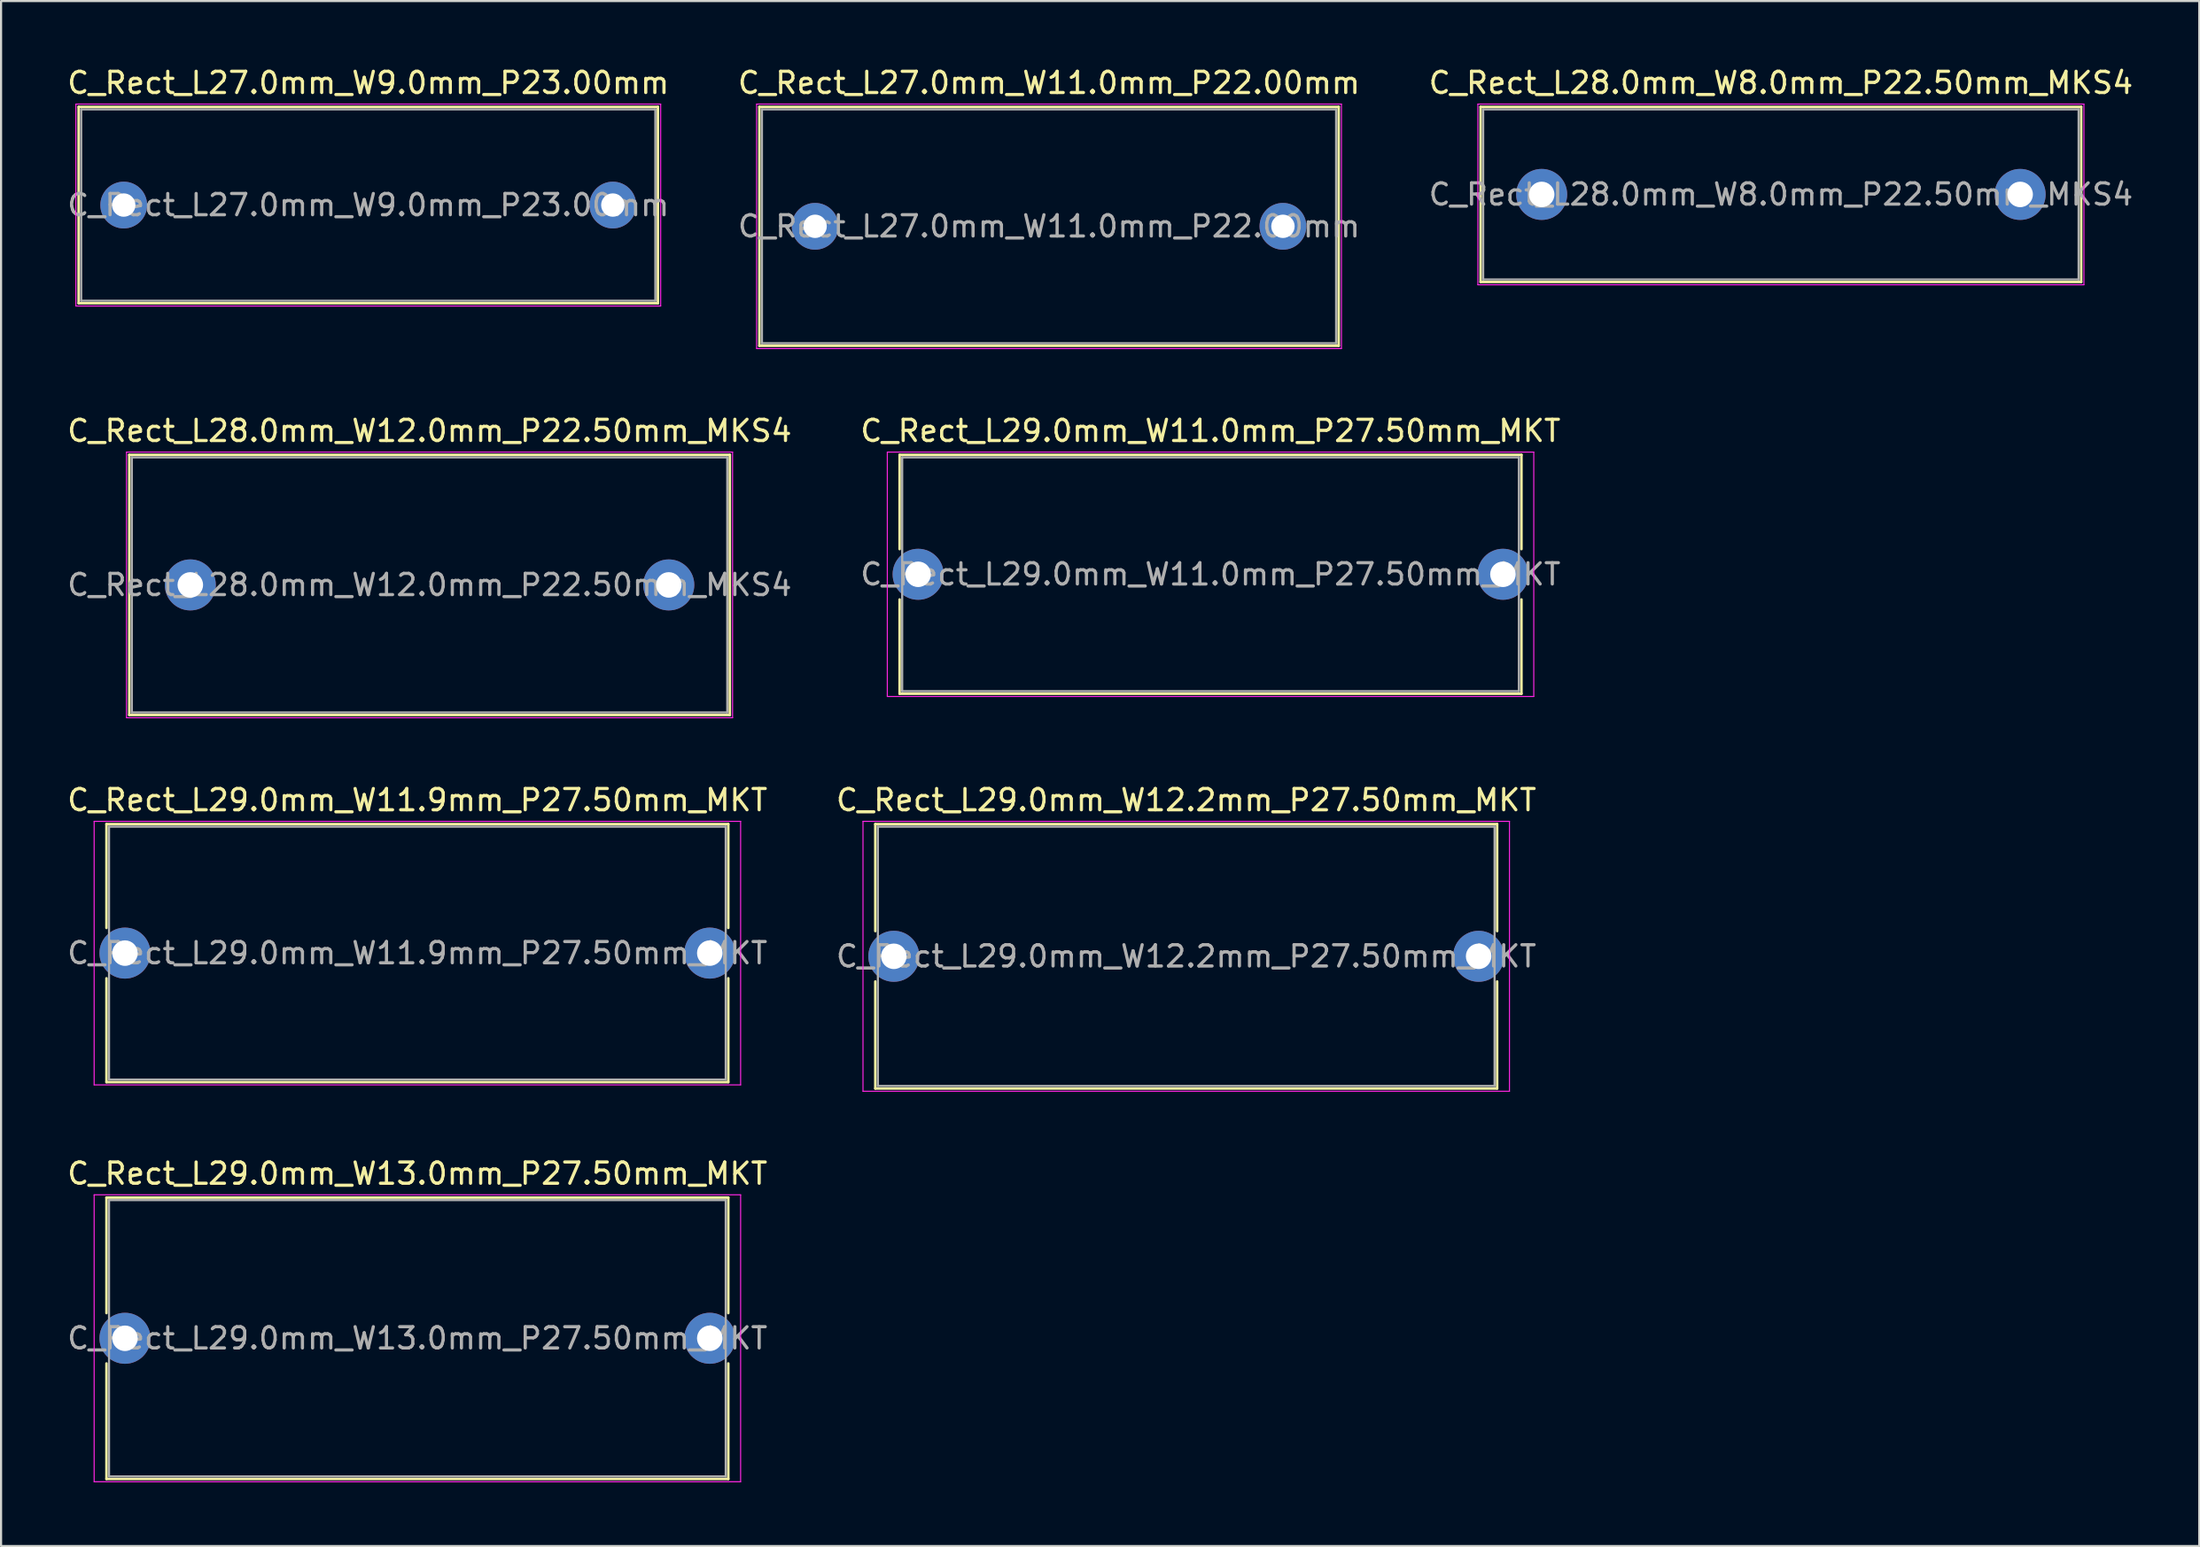
<source format=kicad_pcb>
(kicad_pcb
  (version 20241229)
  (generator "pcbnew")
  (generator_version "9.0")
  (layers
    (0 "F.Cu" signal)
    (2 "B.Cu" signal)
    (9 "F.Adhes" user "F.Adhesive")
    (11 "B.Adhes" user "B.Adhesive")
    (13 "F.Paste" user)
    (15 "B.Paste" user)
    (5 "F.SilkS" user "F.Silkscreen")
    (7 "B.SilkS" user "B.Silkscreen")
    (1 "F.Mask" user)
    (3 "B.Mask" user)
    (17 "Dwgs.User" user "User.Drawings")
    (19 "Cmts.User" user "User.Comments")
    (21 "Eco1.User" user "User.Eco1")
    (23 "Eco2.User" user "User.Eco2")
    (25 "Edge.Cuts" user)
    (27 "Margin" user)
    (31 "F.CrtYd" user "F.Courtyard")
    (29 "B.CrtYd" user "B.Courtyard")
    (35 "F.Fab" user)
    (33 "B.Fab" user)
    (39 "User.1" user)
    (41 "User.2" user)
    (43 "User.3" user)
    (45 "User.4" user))
  (footprint "C_Rect_L28.0mm_W8.0mm_P22.50mm_MKS4"
    (layer "F.Cu")
    (at 69.446 6.098)
    (property "Reference" "C_Rect_L28.0mm_W8.0mm_P22.50mm_MKS4" (at 11.25 -5.25 0) (layer "F.SilkS") (effects (font (size 1 1) (thickness 0.15))))
    (attr through_hole)
    (fp_line (start -2.87 -4.12) (end -2.87 4.12) (stroke (width 0.12) (type solid)) (layer "F.SilkS"))
    (fp_line (start -2.87 -4.12) (end 25.37 -4.12) (stroke (width 0.12) (type solid)) (layer "F.SilkS"))
    (fp_line (start -2.87 4.12) (end 25.37 4.12) (stroke (width 0.12) (type solid)) (layer "F.SilkS"))
    (fp_line (start 25.37 -4.12) (end 25.37 4.12) (stroke (width 0.12) (type solid)) (layer "F.SilkS"))
    (fp_line (start -3 -4.25) (end -3 4.25) (stroke (width 0.05) (type solid)) (layer "F.CrtYd"))
    (fp_line (start -3 4.25) (end 25.5 4.25) (stroke (width 0.05) (type solid)) (layer "F.CrtYd"))
    (fp_line (start 25.5 -4.25) (end -3 -4.25) (stroke (width 0.05) (type solid)) (layer "F.CrtYd"))
    (fp_line (start 25.5 4.25) (end 25.5 -4.25) (stroke (width 0.05) (type solid)) (layer "F.CrtYd"))
    (fp_line (start -2.75 -4) (end -2.75 4) (stroke (width 0.1) (type solid)) (layer "F.Fab"))
    (fp_line (start -2.75 4) (end 25.25 4) (stroke (width 0.1) (type solid)) (layer "F.Fab"))
    (fp_line (start 25.25 -4) (end -2.75 -4) (stroke (width 0.1) (type solid)) (layer "F.Fab"))
    (fp_line (start 25.25 4) (end 25.25 -4) (stroke (width 0.1) (type solid)) (layer "F.Fab"))
    (fp_text user "${REFERENCE}" (at 11.25 0 0) (layer "F.Fab") (effects (font (size 1 1) (thickness 0.15))))
    (pad "1" thru_hole circle (at 0 0) (size 2.4 2.4) (drill 1.2) (layers "*.Cu" "*.Mask"))
    (pad "2" thru_hole circle (at 22.5 0) (size 2.4 2.4) (drill 1.2) (layers "*.Cu" "*.Mask")))
  (footprint "C_Rect_L29.0mm_W12.2mm_P27.50mm_MKT"
    (layer "F.Cu")
    (at 38.982 41.945)
    (property "Reference" "C_Rect_L29.0mm_W12.2mm_P27.50mm_MKT" (at 13.75 -7.35 0) (layer "F.SilkS") (effects (font (size 1 1) (thickness 0.15))))
    (attr through_hole)
    (fp_line (start -0.87 -6.22) (end -0.87 -1.185) (stroke (width 0.12) (type solid)) (layer "F.SilkS"))
    (fp_line (start -0.87 -6.22) (end 28.37 -6.22) (stroke (width 0.12) (type solid)) (layer "F.SilkS"))
    (fp_line (start -0.87 1.185) (end -0.87 6.22) (stroke (width 0.12) (type solid)) (layer "F.SilkS"))
    (fp_line (start -0.87 6.22) (end 28.37 6.22) (stroke (width 0.12) (type solid)) (layer "F.SilkS"))
    (fp_line (start 28.37 -6.22) (end 28.37 -1.185) (stroke (width 0.12) (type solid)) (layer "F.SilkS"))
    (fp_line (start 28.37 1.185) (end 28.37 6.22) (stroke (width 0.12) (type solid)) (layer "F.SilkS"))
    (fp_line (start -1.45 -6.35) (end -1.45 6.35) (stroke (width 0.05) (type solid)) (layer "F.CrtYd"))
    (fp_line (start -1.45 6.35) (end 28.95 6.35) (stroke (width 0.05) (type solid)) (layer "F.CrtYd"))
    (fp_line (start 28.95 -6.35) (end -1.45 -6.35) (stroke (width 0.05) (type solid)) (layer "F.CrtYd"))
    (fp_line (start 28.95 6.35) (end 28.95 -6.35) (stroke (width 0.05) (type solid)) (layer "F.CrtYd"))
    (fp_line (start -0.75 -6.1) (end -0.75 6.1) (stroke (width 0.1) (type solid)) (layer "F.Fab"))
    (fp_line (start -0.75 6.1) (end 28.25 6.1) (stroke (width 0.1) (type solid)) (layer "F.Fab"))
    (fp_line (start 28.25 -6.1) (end -0.75 -6.1) (stroke (width 0.1) (type solid)) (layer "F.Fab"))
    (fp_line (start 28.25 6.1) (end 28.25 -6.1) (stroke (width 0.1) (type solid)) (layer "F.Fab"))
    (fp_text user "${REFERENCE}" (at 13.75 0 0) (layer "F.Fab") (effects (font (size 1 1) (thickness 0.15))))
    (pad "1" thru_hole circle (at 0 0) (size 2.4 2.4) (drill 1.2) (layers "*.Cu" "*.Mask"))
    (pad "2" thru_hole circle (at 27.5 0) (size 2.4 2.4) (drill 1.2) (layers "*.Cu" "*.Mask")))
  (footprint "C_Rect_L29.0mm_W13.0mm_P27.50mm_MKT"
    (layer "F.Cu")
    (at 2.827 59.918)
    (property "Reference" "C_Rect_L29.0mm_W13.0mm_P27.50mm_MKT" (at 13.75 -7.75 0) (layer "F.SilkS") (effects (font (size 1 1) (thickness 0.15))))
    (attr through_hole)
    (fp_line (start -0.87 -6.62) (end -0.87 -1.185) (stroke (width 0.12) (type solid)) (layer "F.SilkS"))
    (fp_line (start -0.87 -6.62) (end 28.37 -6.62) (stroke (width 0.12) (type solid)) (layer "F.SilkS"))
    (fp_line (start -0.87 1.185) (end -0.87 6.62) (stroke (width 0.12) (type solid)) (layer "F.SilkS"))
    (fp_line (start -0.87 6.62) (end 28.37 6.62) (stroke (width 0.12) (type solid)) (layer "F.SilkS"))
    (fp_line (start 28.37 -6.62) (end 28.37 -1.185) (stroke (width 0.12) (type solid)) (layer "F.SilkS"))
    (fp_line (start 28.37 1.185) (end 28.37 6.62) (stroke (width 0.12) (type solid)) (layer "F.SilkS"))
    (fp_line (start -1.45 -6.75) (end -1.45 6.75) (stroke (width 0.05) (type solid)) (layer "F.CrtYd"))
    (fp_line (start -1.45 6.75) (end 28.95 6.75) (stroke (width 0.05) (type solid)) (layer "F.CrtYd"))
    (fp_line (start 28.95 -6.75) (end -1.45 -6.75) (stroke (width 0.05) (type solid)) (layer "F.CrtYd"))
    (fp_line (start 28.95 6.75) (end 28.95 -6.75) (stroke (width 0.05) (type solid)) (layer "F.CrtYd"))
    (fp_line (start -0.75 -6.5) (end -0.75 6.5) (stroke (width 0.1) (type solid)) (layer "F.Fab"))
    (fp_line (start -0.75 6.5) (end 28.25 6.5) (stroke (width 0.1) (type solid)) (layer "F.Fab"))
    (fp_line (start 28.25 -6.5) (end -0.75 -6.5) (stroke (width 0.1) (type solid)) (layer "F.Fab"))
    (fp_line (start 28.25 6.5) (end 28.25 -6.5) (stroke (width 0.1) (type solid)) (layer "F.Fab"))
    (fp_text user "${REFERENCE}" (at 13.75 0 0) (layer "F.Fab") (effects (font (size 1 1) (thickness 0.15))))
    (pad "1" thru_hole circle (at 0 0) (size 2.4 2.4) (drill 1.2) (layers "*.Cu" "*.Mask"))
    (pad "2" thru_hole circle (at 27.5 0) (size 2.4 2.4) (drill 1.2) (layers "*.Cu" "*.Mask")))
  (footprint "C_Rect_L27.0mm_W11.0mm_P22.00mm"
    (layer "F.Cu")
    (at 35.28 7.598)
    (property "Reference" "C_Rect_L27.0mm_W11.0mm_P22.00mm" (at 11 -6.75 0) (layer "F.SilkS") (effects (font (size 1 1) (thickness 0.15))))
    (attr through_hole)
    (fp_line (start -2.62 -5.62) (end -2.62 5.62) (stroke (width 0.12) (type solid)) (layer "F.SilkS"))
    (fp_line (start -2.62 -5.62) (end 24.62 -5.62) (stroke (width 0.12) (type solid)) (layer "F.SilkS"))
    (fp_line (start -2.62 5.62) (end 24.62 5.62) (stroke (width 0.12) (type solid)) (layer "F.SilkS"))
    (fp_line (start 24.62 -5.62) (end 24.62 5.62) (stroke (width 0.12) (type solid)) (layer "F.SilkS"))
    (fp_line (start -2.75 -5.75) (end -2.75 5.75) (stroke (width 0.05) (type solid)) (layer "F.CrtYd"))
    (fp_line (start -2.75 5.75) (end 24.75 5.75) (stroke (width 0.05) (type solid)) (layer "F.CrtYd"))
    (fp_line (start 24.75 -5.75) (end -2.75 -5.75) (stroke (width 0.05) (type solid)) (layer "F.CrtYd"))
    (fp_line (start 24.75 5.75) (end 24.75 -5.75) (stroke (width 0.05) (type solid)) (layer "F.CrtYd"))
    (fp_line (start -2.5 -5.5) (end -2.5 5.5) (stroke (width 0.1) (type solid)) (layer "F.Fab"))
    (fp_line (start -2.5 5.5) (end 24.5 5.5) (stroke (width 0.1) (type solid)) (layer "F.Fab"))
    (fp_line (start 24.5 -5.5) (end -2.5 -5.5) (stroke (width 0.1) (type solid)) (layer "F.Fab"))
    (fp_line (start 24.5 5.5) (end 24.5 -5.5) (stroke (width 0.1) (type solid)) (layer "F.Fab"))
    (fp_text user "${REFERENCE}" (at 11 0 0) (layer "F.Fab") (effects (font (size 1 1) (thickness 0.15))))
    (pad "1" thru_hole circle (at 0 0) (size 2.2 2.2) (drill 1.1) (layers "*.Cu" "*.Mask"))
    (pad "2" thru_hole circle (at 22 0) (size 2.2 2.2) (drill 1.1) (layers "*.Cu" "*.Mask")))
  (footprint "C_Rect_L28.0mm_W12.0mm_P22.50mm_MKS4"
    (layer "F.Cu")
    (at 5.899 24.471)
    (property "Reference" "C_Rect_L28.0mm_W12.0mm_P22.50mm_MKS4" (at 11.25 -7.25 0) (layer "F.SilkS") (effects (font (size 1 1) (thickness 0.15))))
    (attr through_hole)
    (fp_line (start -2.87 -6.12) (end -2.87 6.12) (stroke (width 0.12) (type solid)) (layer "F.SilkS"))
    (fp_line (start -2.87 -6.12) (end 25.37 -6.12) (stroke (width 0.12) (type solid)) (layer "F.SilkS"))
    (fp_line (start -2.87 6.12) (end 25.37 6.12) (stroke (width 0.12) (type solid)) (layer "F.SilkS"))
    (fp_line (start 25.37 -6.12) (end 25.37 6.12) (stroke (width 0.12) (type solid)) (layer "F.SilkS"))
    (fp_line (start -3 -6.25) (end -3 6.25) (stroke (width 0.05) (type solid)) (layer "F.CrtYd"))
    (fp_line (start -3 6.25) (end 25.5 6.25) (stroke (width 0.05) (type solid)) (layer "F.CrtYd"))
    (fp_line (start 25.5 -6.25) (end -3 -6.25) (stroke (width 0.05) (type solid)) (layer "F.CrtYd"))
    (fp_line (start 25.5 6.25) (end 25.5 -6.25) (stroke (width 0.05) (type solid)) (layer "F.CrtYd"))
    (fp_line (start -2.75 -6) (end -2.75 6) (stroke (width 0.1) (type solid)) (layer "F.Fab"))
    (fp_line (start -2.75 6) (end 25.25 6) (stroke (width 0.1) (type solid)) (layer "F.Fab"))
    (fp_line (start 25.25 -6) (end -2.75 -6) (stroke (width 0.1) (type solid)) (layer "F.Fab"))
    (fp_line (start 25.25 6) (end 25.25 -6) (stroke (width 0.1) (type solid)) (layer "F.Fab"))
    (fp_text user "${REFERENCE}" (at 11.25 0 0) (layer "F.Fab") (effects (font (size 1 1) (thickness 0.15))))
    (pad "1" thru_hole circle (at 0 0) (size 2.4 2.4) (drill 1.2) (layers "*.Cu" "*.Mask"))
    (pad "2" thru_hole circle (at 22.5 0) (size 2.4 2.4) (drill 1.2) (layers "*.Cu" "*.Mask")))
  (footprint "C_Rect_L29.0mm_W11.0mm_P27.50mm_MKT"
    (layer "F.Cu")
    (at 40.125 23.971)
    (property "Reference" "C_Rect_L29.0mm_W11.0mm_P27.50mm_MKT" (at 13.75 -6.75 0) (layer "F.SilkS") (effects (font (size 1 1) (thickness 0.15))))
    (attr through_hole)
    (fp_line (start -0.87 -5.62) (end -0.87 -1.185) (stroke (width 0.12) (type solid)) (layer "F.SilkS"))
    (fp_line (start -0.87 -5.62) (end 28.37 -5.62) (stroke (width 0.12) (type solid)) (layer "F.SilkS"))
    (fp_line (start -0.87 1.185) (end -0.87 5.62) (stroke (width 0.12) (type solid)) (layer "F.SilkS"))
    (fp_line (start -0.87 5.62) (end 28.37 5.62) (stroke (width 0.12) (type solid)) (layer "F.SilkS"))
    (fp_line (start 28.37 -5.62) (end 28.37 -1.185) (stroke (width 0.12) (type solid)) (layer "F.SilkS"))
    (fp_line (start 28.37 1.185) (end 28.37 5.62) (stroke (width 0.12) (type solid)) (layer "F.SilkS"))
    (fp_line (start -1.45 -5.75) (end -1.45 5.75) (stroke (width 0.05) (type solid)) (layer "F.CrtYd"))
    (fp_line (start -1.45 5.75) (end 28.95 5.75) (stroke (width 0.05) (type solid)) (layer "F.CrtYd"))
    (fp_line (start 28.95 -5.75) (end -1.45 -5.75) (stroke (width 0.05) (type solid)) (layer "F.CrtYd"))
    (fp_line (start 28.95 5.75) (end 28.95 -5.75) (stroke (width 0.05) (type solid)) (layer "F.CrtYd"))
    (fp_line (start -0.75 -5.5) (end -0.75 5.5) (stroke (width 0.1) (type solid)) (layer "F.Fab"))
    (fp_line (start -0.75 5.5) (end 28.25 5.5) (stroke (width 0.1) (type solid)) (layer "F.Fab"))
    (fp_line (start 28.25 -5.5) (end -0.75 -5.5) (stroke (width 0.1) (type solid)) (layer "F.Fab"))
    (fp_line (start 28.25 5.5) (end 28.25 -5.5) (stroke (width 0.1) (type solid)) (layer "F.Fab"))
    (fp_text user "${REFERENCE}" (at 13.75 0 0) (layer "F.Fab") (effects (font (size 1 1) (thickness 0.15))))
    (pad "1" thru_hole circle (at 0 0) (size 2.4 2.4) (drill 1.2) (layers "*.Cu" "*.Mask"))
    (pad "2" thru_hole circle (at 27.5 0) (size 2.4 2.4) (drill 1.2) (layers "*.Cu" "*.Mask")))
  (footprint "C_Rect_L27.0mm_W9.0mm_P23.00mm"
    (layer "F.Cu")
    (at 2.768 6.598)
    (property "Reference" "C_Rect_L27.0mm_W9.0mm_P23.00mm" (at 11.5 -5.75 0) (layer "F.SilkS") (effects (font (size 1 1) (thickness 0.15))))
    (attr through_hole)
    (fp_line (start -2.12 -4.62) (end -2.12 4.62) (stroke (width 0.12) (type solid)) (layer "F.SilkS"))
    (fp_line (start -2.12 -4.62) (end 25.12 -4.62) (stroke (width 0.12) (type solid)) (layer "F.SilkS"))
    (fp_line (start -2.12 4.62) (end 25.12 4.62) (stroke (width 0.12) (type solid)) (layer "F.SilkS"))
    (fp_line (start 25.12 -4.62) (end 25.12 4.62) (stroke (width 0.12) (type solid)) (layer "F.SilkS"))
    (fp_line (start -2.25 -4.75) (end -2.25 4.75) (stroke (width 0.05) (type solid)) (layer "F.CrtYd"))
    (fp_line (start -2.25 4.75) (end 25.25 4.75) (stroke (width 0.05) (type solid)) (layer "F.CrtYd"))
    (fp_line (start 25.25 -4.75) (end -2.25 -4.75) (stroke (width 0.05) (type solid)) (layer "F.CrtYd"))
    (fp_line (start 25.25 4.75) (end 25.25 -4.75) (stroke (width 0.05) (type solid)) (layer "F.CrtYd"))
    (fp_line (start -2 -4.5) (end -2 4.5) (stroke (width 0.1) (type solid)) (layer "F.Fab"))
    (fp_line (start -2 4.5) (end 25 4.5) (stroke (width 0.1) (type solid)) (layer "F.Fab"))
    (fp_line (start 25 -4.5) (end -2 -4.5) (stroke (width 0.1) (type solid)) (layer "F.Fab"))
    (fp_line (start 25 4.5) (end 25 -4.5) (stroke (width 0.1) (type solid)) (layer "F.Fab"))
    (fp_text user "${REFERENCE}" (at 11.5 0 0) (layer "F.Fab") (effects (font (size 1 1) (thickness 0.15))))
    (pad "1" thru_hole circle (at 0 0) (size 2.2 2.2) (drill 1.1) (layers "*.Cu" "*.Mask"))
    (pad "2" thru_hole circle (at 23 0) (size 2.2 2.2) (drill 1.1) (layers "*.Cu" "*.Mask")))
  (footprint "C_Rect_L29.0mm_W11.9mm_P27.50mm_MKT"
    (layer "F.Cu")
    (at 2.827 41.795)
    (property "Reference" "C_Rect_L29.0mm_W11.9mm_P27.50mm_MKT" (at 13.75 -7.2 0) (layer "F.SilkS") (effects (font (size 1 1) (thickness 0.15))))
    (attr through_hole)
    (fp_line (start -0.87 -6.07) (end -0.87 -1.185) (stroke (width 0.12) (type solid)) (layer "F.SilkS"))
    (fp_line (start -0.87 -6.07) (end 28.37 -6.07) (stroke (width 0.12) (type solid)) (layer "F.SilkS"))
    (fp_line (start -0.87 1.185) (end -0.87 6.07) (stroke (width 0.12) (type solid)) (layer "F.SilkS"))
    (fp_line (start -0.87 6.07) (end 28.37 6.07) (stroke (width 0.12) (type solid)) (layer "F.SilkS"))
    (fp_line (start 28.37 -6.07) (end 28.37 -1.185) (stroke (width 0.12) (type solid)) (layer "F.SilkS"))
    (fp_line (start 28.37 1.185) (end 28.37 6.07) (stroke (width 0.12) (type solid)) (layer "F.SilkS"))
    (fp_line (start -1.45 -6.2) (end -1.45 6.2) (stroke (width 0.05) (type solid)) (layer "F.CrtYd"))
    (fp_line (start -1.45 6.2) (end 28.95 6.2) (stroke (width 0.05) (type solid)) (layer "F.CrtYd"))
    (fp_line (start 28.95 -6.2) (end -1.45 -6.2) (stroke (width 0.05) (type solid)) (layer "F.CrtYd"))
    (fp_line (start 28.95 6.2) (end 28.95 -6.2) (stroke (width 0.05) (type solid)) (layer "F.CrtYd"))
    (fp_line (start -0.75 -5.95) (end -0.75 5.95) (stroke (width 0.1) (type solid)) (layer "F.Fab"))
    (fp_line (start -0.75 5.95) (end 28.25 5.95) (stroke (width 0.1) (type solid)) (layer "F.Fab"))
    (fp_line (start 28.25 -5.95) (end -0.75 -5.95) (stroke (width 0.1) (type solid)) (layer "F.Fab"))
    (fp_line (start 28.25 5.95) (end 28.25 -5.95) (stroke (width 0.1) (type solid)) (layer "F.Fab"))
    (fp_text user "${REFERENCE}" (at 13.75 0 0) (layer "F.Fab") (effects (font (size 1 1) (thickness 0.15))))
    (pad "1" thru_hole circle (at 0 0) (size 2.4 2.4) (drill 1.2) (layers "*.Cu" "*.Mask"))
    (pad "2" thru_hole circle (at 27.5 0) (size 2.4 2.4) (drill 1.2) (layers "*.Cu" "*.Mask")))
  (gr_rect
    (start -3 -3)
    (end 100.369 69.693)
    (stroke (width 0.1) (type default))
    (fill no)
    (layer "Edge.Cuts")))
</source>
